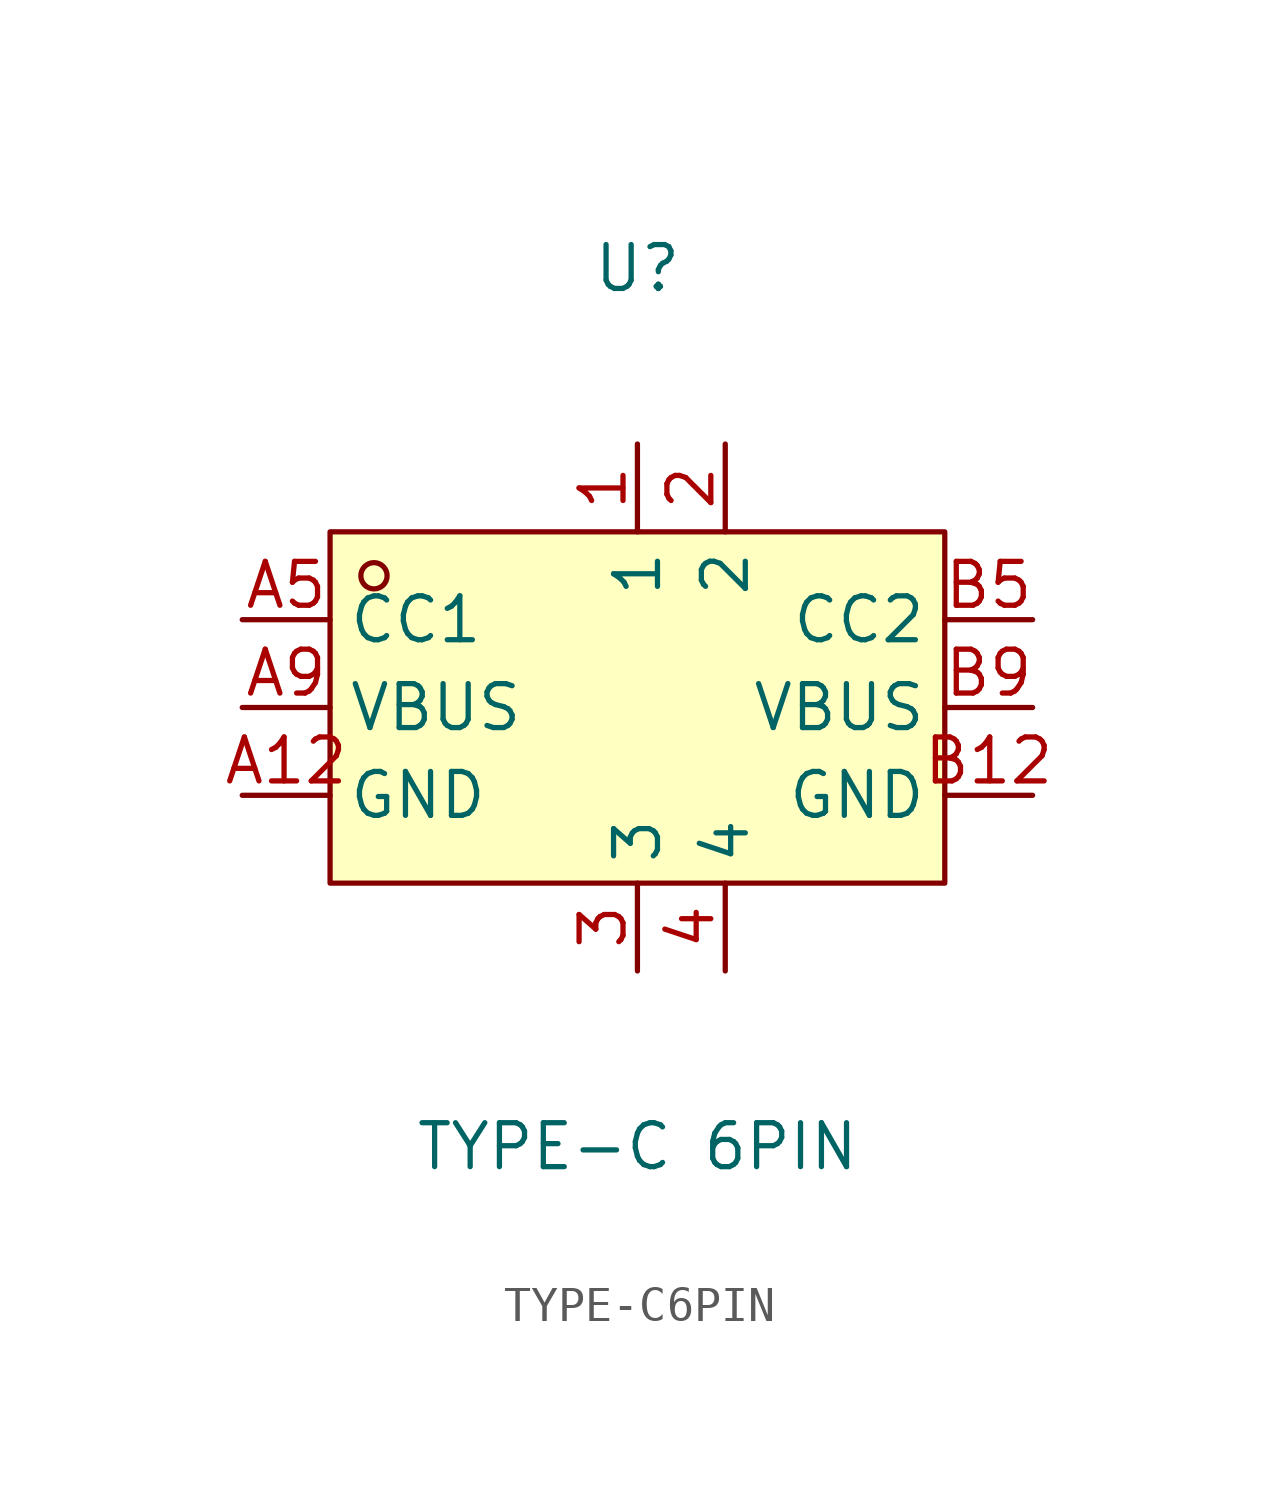
<source format=kicad_sym>
(kicad_symbol_lib
  (version 20211014)
  (generator https://github.com/uPesy/easyeda2kicad.py)
  (symbol "TYPE-C6PIN"
    (property "Reference" "U"
      (at 0 12.70 0)
      (effects (font (size 1.27 1.27))))
    (property "Value" "TYPE-C 6PIN"
      (at 0 -12.70 0)
      (effects (font (size 1.27 1.27))))
    (symbol "TYPE-C6PIN_0_1"
      (rectangle (start -8.89 5.08) (end 8.89 -5.08) (stroke (width 0) (type default) (color 0 0 0 0)) (fill (type background)))
      (circle (center -7.62 3.81) (radius 0.38) (stroke (width 0) (type default) (color 0 0 0 0)) (fill (type none)))
      (pin unspecified line (at -11.43 2.54 0) (length 2.54) (name "CC1" (effects (font (size 1.27 1.27)))) (number "A5" (effects (font (size 1.27 1.27)))))
      (pin unspecified line (at -11.43 -0.00 0) (length 2.54) (name "VBUS" (effects (font (size 1.27 1.27)))) (number "A9" (effects (font (size 1.27 1.27)))))
      (pin unspecified line (at -11.43 -2.54 0) (length 2.54) (name "GND" (effects (font (size 1.27 1.27)))) (number "A12" (effects (font (size 1.27 1.27)))))
      (pin unspecified line (at 11.43 -2.54 180) (length 2.54) (name "GND" (effects (font (size 1.27 1.27)))) (number "B12" (effects (font (size 1.27 1.27)))))
      (pin unspecified line (at 11.43 -0.00 180) (length 2.54) (name "VBUS" (effects (font (size 1.27 1.27)))) (number "B9" (effects (font (size 1.27 1.27)))))
      (pin unspecified line (at 11.43 2.54 180) (length 2.54) (name "CC2" (effects (font (size 1.27 1.27)))) (number "B5" (effects (font (size 1.27 1.27)))))
      (pin unspecified line (at 0.00 7.62 270) (length 2.54) (name "1" (effects (font (size 1.27 1.27)))) (number "1" (effects (font (size 1.27 1.27)))))
      (pin unspecified line (at 2.54 7.62 270) (length 2.54) (name "2" (effects (font (size 1.27 1.27)))) (number "2" (effects (font (size 1.27 1.27)))))
      (pin unspecified line (at 0.00 -7.62 90) (length 2.54) (name "3" (effects (font (size 1.27 1.27)))) (number "3" (effects (font (size 1.27 1.27)))))
      (pin unspecified line (at 2.54 -7.62 90) (length 2.54) (name "4" (effects (font (size 1.27 1.27)))) (number "4" (effects (font (size 1.27 1.27))))))))
</source>
